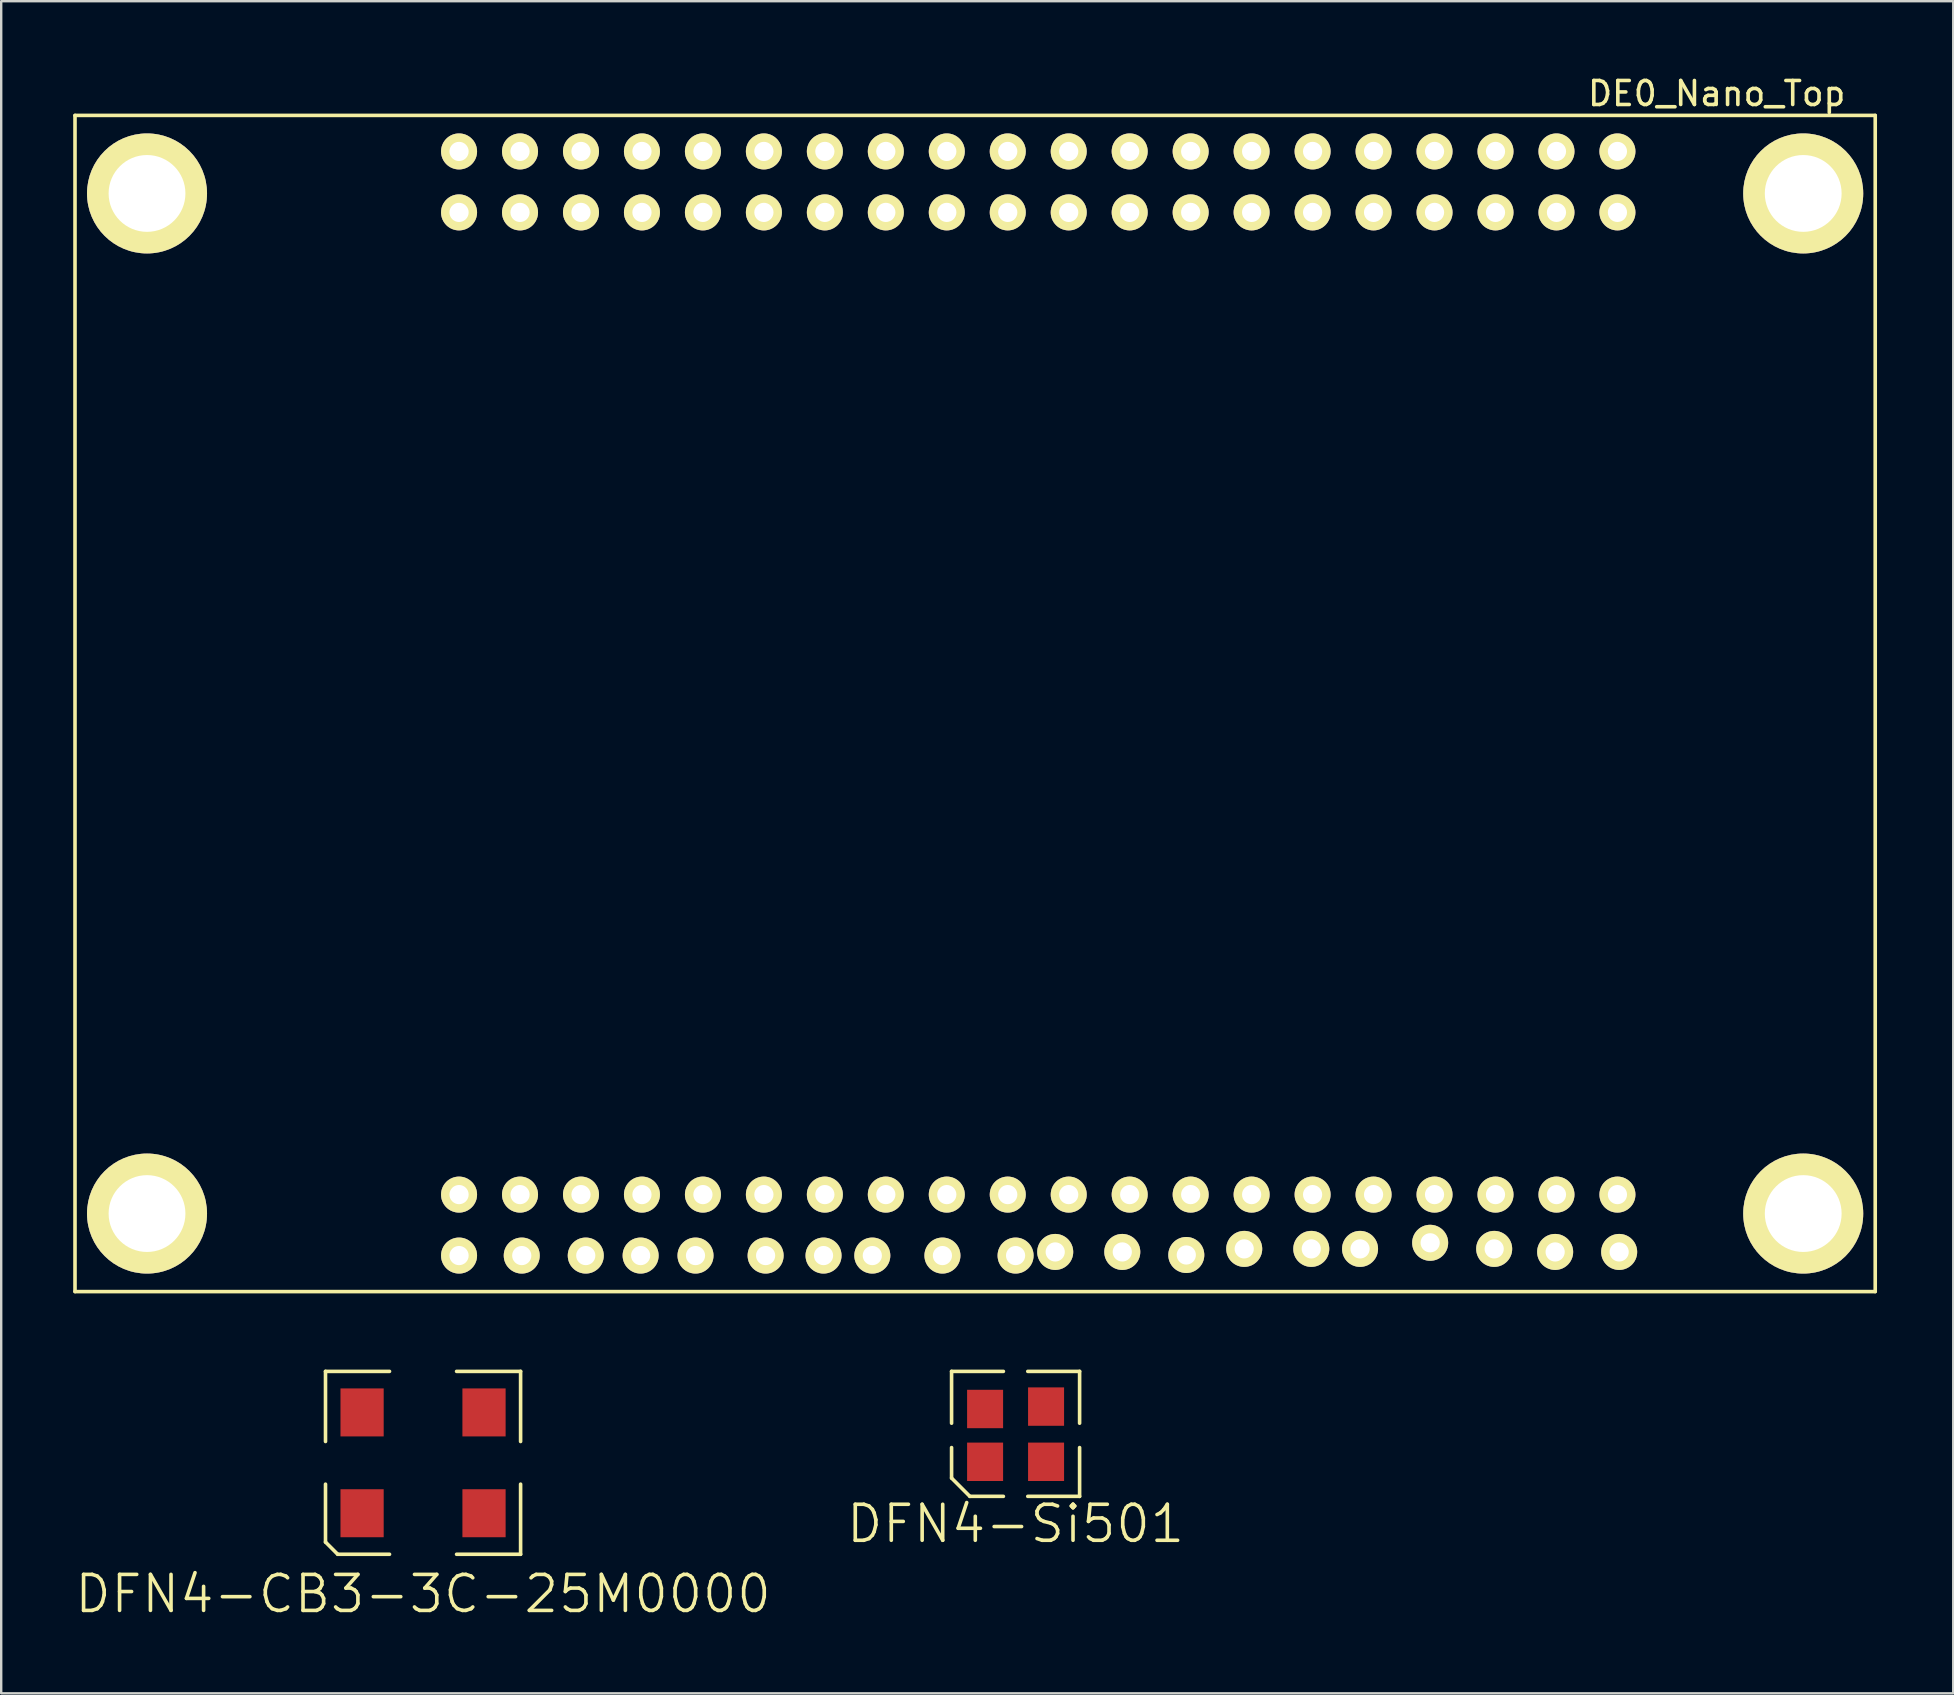
<source format=kicad_pcb>
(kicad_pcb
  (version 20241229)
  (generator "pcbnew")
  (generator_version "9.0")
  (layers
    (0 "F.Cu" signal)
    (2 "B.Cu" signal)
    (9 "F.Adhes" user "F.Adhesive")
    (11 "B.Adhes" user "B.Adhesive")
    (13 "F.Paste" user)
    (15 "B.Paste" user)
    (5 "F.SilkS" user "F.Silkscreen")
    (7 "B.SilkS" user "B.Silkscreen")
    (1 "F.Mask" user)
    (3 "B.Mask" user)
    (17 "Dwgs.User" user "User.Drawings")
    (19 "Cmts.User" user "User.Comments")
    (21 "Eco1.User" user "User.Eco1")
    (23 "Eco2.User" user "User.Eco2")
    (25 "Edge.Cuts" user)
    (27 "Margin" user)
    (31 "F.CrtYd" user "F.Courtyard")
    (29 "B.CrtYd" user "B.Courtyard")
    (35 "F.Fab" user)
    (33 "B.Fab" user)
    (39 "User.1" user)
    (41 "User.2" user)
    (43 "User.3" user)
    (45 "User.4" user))
  (footprint "DE0_Nano_Top"
    (layer "F.Cu")
    (at 75.075 50.759)
    (property "Reference" "DE0_Nano_Top" (at -6.604 -49.911 0) (layer "F.SilkS") (effects (font (size 1 1) (thickness 0.15))))
    (attr through_hole)
    (fp_line (start -75 -49) (end 0 -49) (stroke (width 0.15) (type solid)) (layer "F.SilkS"))
    (fp_line (start -75 0) (end -75 -49) (stroke (width 0.15) (type solid)) (layer "F.SilkS"))
    (fp_line (start 0 -49) (end 0 0) (stroke (width 0.15) (type solid)) (layer "F.SilkS"))
    (fp_line (start 0 0) (end -75 0) (stroke (width 0.15) (type solid)) (layer "F.SilkS"))
    (pad "" thru_hole circle (at -72 -45.75) (size 5 5) (drill 3.2) (layers "*.Cu" "*.Mask" "F.SilkS"))
    (pad "" thru_hole circle (at -72 -3.25) (size 5 5) (drill 3.2) (layers "*.Cu" "*.Mask" "F.SilkS"))
    (pad "" thru_hole circle (at -3 -45.75) (size 5 5) (drill 3.2) (layers "*.Cu" "*.Mask" "F.SilkS"))
    (pad "" thru_hole circle (at -3 -3.25) (size 5 5) (drill 3.2) (layers "*.Cu" "*.Mask" "F.SilkS"))
    (pad "1" thru_hole circle (at -59 -44.96) (size 1.5 1.5) (drill 0.8) (layers "*.Cu" "*.Mask" "F.SilkS"))
    (pad "1" thru_hole circle (at -10.74 -4.04) (size 1.5 1.5) (drill 0.8) (layers "*.Cu" "*.Mask" "F.SilkS"))
    (pad "2" thru_hole circle (at -59 -47.5) (size 1.5 1.5) (drill 0.8) (layers "*.Cu" "*.Mask" "F.SilkS"))
    (pad "2" thru_hole circle (at -10.668 -1.651) (size 1.5 1.5) (drill 0.8) (layers "*.Cu" "*.Mask" "F.SilkS"))
    (pad "3" thru_hole circle (at -56.46 -44.96) (size 1.5 1.5) (drill 0.8) (layers "*.Cu" "*.Mask" "F.SilkS"))
    (pad "3" thru_hole circle (at -13.28 -4.04) (size 1.5 1.5) (drill 0.8) (layers "*.Cu" "*.Mask" "F.SilkS"))
    (pad "4" thru_hole circle (at -56.46 -47.5) (size 1.5 1.5) (drill 0.8) (layers "*.Cu" "*.Mask" "F.SilkS"))
    (pad "4" thru_hole circle (at -13.335 -1.651) (size 1.5 1.5) (drill 0.8) (layers "*.Cu" "*.Mask" "F.SilkS"))
    (pad "5" thru_hole circle (at -53.92 -44.96) (size 1.5 1.5) (drill 0.8) (layers "*.Cu" "*.Mask" "F.SilkS"))
    (pad "5" thru_hole circle (at -15.82 -4.04) (size 1.5 1.5) (drill 0.8) (layers "*.Cu" "*.Mask" "F.SilkS"))
    (pad "6" thru_hole circle (at -53.92 -47.5) (size 1.5 1.5) (drill 0.8) (layers "*.Cu" "*.Mask" "F.SilkS"))
    (pad "6" thru_hole circle (at -15.875 -1.778) (size 1.5 1.5) (drill 0.8) (layers "*.Cu" "*.Mask" "F.SilkS"))
    (pad "7" thru_hole circle (at -51.38 -44.96) (size 1.5 1.5) (drill 0.8) (layers "*.Cu" "*.Mask" "F.SilkS"))
    (pad "7" thru_hole circle (at -18.36 -4.04) (size 1.5 1.5) (drill 0.8) (layers "*.Cu" "*.Mask" "F.SilkS"))
    (pad "8" thru_hole circle (at -51.38 -47.5) (size 1.5 1.5) (drill 0.8) (layers "*.Cu" "*.Mask" "F.SilkS"))
    (pad "8" thru_hole circle (at -18.542 -2.032) (size 1.5 1.5) (drill 0.8) (layers "*.Cu" "*.Mask" "F.SilkS"))
    (pad "9" thru_hole circle (at -48.84 -44.96) (size 1.5 1.5) (drill 0.8) (layers "*.Cu" "*.Mask" "F.SilkS"))
    (pad "9" thru_hole circle (at -20.9 -4.04) (size 1.5 1.5) (drill 0.8) (layers "*.Cu" "*.Mask" "F.SilkS"))
    (pad "10" thru_hole circle (at -48.84 -47.5) (size 1.5 1.5) (drill 0.8) (layers "*.Cu" "*.Mask" "F.SilkS"))
    (pad "10" thru_hole circle (at -21.463 -1.778) (size 1.5 1.5) (drill 0.8) (layers "*.Cu" "*.Mask" "F.SilkS"))
    (pad "11" thru_hole circle (at -46.3 -44.96) (size 1.5 1.5) (drill 0.8) (layers "*.Cu" "*.Mask" "F.SilkS"))
    (pad "11" thru_hole circle (at -23.44 -4.04) (size 1.5 1.5) (drill 0.8) (layers "*.Cu" "*.Mask" "F.SilkS"))
    (pad "12" thru_hole circle (at -46.3 -47.5) (size 1.5 1.5) (drill 0.8) (layers "*.Cu" "*.Mask" "F.SilkS"))
    (pad "12" thru_hole circle (at -23.495 -1.778) (size 1.5 1.5) (drill 0.8) (layers "*.Cu" "*.Mask" "F.SilkS"))
    (pad "13" thru_hole circle (at -43.76 -44.96) (size 1.5 1.5) (drill 0.8) (layers "*.Cu" "*.Mask" "F.SilkS"))
    (pad "13" thru_hole circle (at -25.98 -4.04) (size 1.5 1.5) (drill 0.8) (layers "*.Cu" "*.Mask" "F.SilkS"))
    (pad "14" thru_hole circle (at -43.76 -47.5) (size 1.5 1.5) (drill 0.8) (layers "*.Cu" "*.Mask" "F.SilkS"))
    (pad "14" thru_hole circle (at -26.289 -1.778) (size 1.5 1.5) (drill 0.8) (layers "*.Cu" "*.Mask" "F.SilkS"))
    (pad "15" thru_hole circle (at -41.22 -44.96) (size 1.5 1.5) (drill 0.8) (layers "*.Cu" "*.Mask" "F.SilkS"))
    (pad "15" thru_hole circle (at -28.52 -4.04) (size 1.5 1.5) (drill 0.8) (layers "*.Cu" "*.Mask" "F.SilkS"))
    (pad "16" thru_hole circle (at -41.22 -47.5) (size 1.5 1.5) (drill 0.8) (layers "*.Cu" "*.Mask" "F.SilkS"))
    (pad "16" thru_hole circle (at -28.702 -1.524) (size 1.5 1.5) (drill 0.8) (layers "*.Cu" "*.Mask" "F.SilkS"))
    (pad "17" thru_hole circle (at -38.68 -44.96) (size 1.5 1.5) (drill 0.8) (layers "*.Cu" "*.Mask" "F.SilkS"))
    (pad "17" thru_hole circle (at -31.06 -4.04) (size 1.5 1.5) (drill 0.8) (layers "*.Cu" "*.Mask" "F.SilkS"))
    (pad "18" thru_hole circle (at -38.68 -47.5) (size 1.5 1.5) (drill 0.8) (layers "*.Cu" "*.Mask" "F.SilkS"))
    (pad "18" thru_hole circle (at -31.369 -1.651) (size 1.5 1.5) (drill 0.8) (layers "*.Cu" "*.Mask" "F.SilkS"))
    (pad "19" thru_hole circle (at -36.14 -44.96) (size 1.5 1.5) (drill 0.8) (layers "*.Cu" "*.Mask" "F.SilkS"))
    (pad "19" thru_hole circle (at -33.6 -4.04) (size 1.5 1.5) (drill 0.8) (layers "*.Cu" "*.Mask" "F.SilkS"))
    (pad "20" thru_hole circle (at -36.14 -47.5) (size 1.5 1.5) (drill 0.8) (layers "*.Cu" "*.Mask" "F.SilkS"))
    (pad "20" thru_hole circle (at -34.163 -1.651) (size 1.5 1.5) (drill 0.8) (layers "*.Cu" "*.Mask" "F.SilkS"))
    (pad "21" thru_hole circle (at -36.14 -4.04) (size 1.5 1.5) (drill 0.8) (layers "*.Cu" "*.Mask" "F.SilkS"))
    (pad "21" thru_hole circle (at -33.6 -44.96) (size 1.5 1.5) (drill 0.8) (layers "*.Cu" "*.Mask" "F.SilkS"))
    (pad "22" thru_hole circle (at -35.814 -1.5) (size 1.5 1.5) (drill 0.8) (layers "*.Cu" "*.Mask" "F.SilkS"))
    (pad "22" thru_hole circle (at -33.6 -47.5) (size 1.5 1.5) (drill 0.8) (layers "*.Cu" "*.Mask" "F.SilkS"))
    (pad "23" thru_hole circle (at -38.68 -4.04) (size 1.5 1.5) (drill 0.8) (layers "*.Cu" "*.Mask" "F.SilkS"))
    (pad "23" thru_hole circle (at -31.06 -44.96) (size 1.5 1.5) (drill 0.8) (layers "*.Cu" "*.Mask" "F.SilkS"))
    (pad "24" thru_hole circle (at -38.862 -1.5) (size 1.5 1.5) (drill 0.8) (layers "*.Cu" "*.Mask" "F.SilkS"))
    (pad "24" thru_hole circle (at -31.06 -47.5) (size 1.5 1.5) (drill 0.8) (layers "*.Cu" "*.Mask" "F.SilkS"))
    (pad "25" thru_hole circle (at -41.22 -4.04) (size 1.5 1.5) (drill 0.8) (layers "*.Cu" "*.Mask" "F.SilkS"))
    (pad "25" thru_hole circle (at -28.52 -44.96) (size 1.5 1.5) (drill 0.8) (layers "*.Cu" "*.Mask" "F.SilkS"))
    (pad "26" thru_hole circle (at -41.783 -1.5) (size 1.5 1.5) (drill 0.8) (layers "*.Cu" "*.Mask" "F.SilkS"))
    (pad "26" thru_hole circle (at -28.52 -47.5) (size 1.5 1.5) (drill 0.8) (layers "*.Cu" "*.Mask" "F.SilkS"))
    (pad "27" thru_hole circle (at -43.76 -4.04) (size 1.5 1.5) (drill 0.8) (layers "*.Cu" "*.Mask" "F.SilkS"))
    (pad "27" thru_hole circle (at -25.98 -44.96) (size 1.5 1.5) (drill 0.8) (layers "*.Cu" "*.Mask" "F.SilkS"))
    (pad "28" thru_hole circle (at -43.815 -1.5) (size 1.5 1.5) (drill 0.8) (layers "*.Cu" "*.Mask" "F.SilkS"))
    (pad "28" thru_hole circle (at -25.98 -47.5) (size 1.5 1.5) (drill 0.8) (layers "*.Cu" "*.Mask" "F.SilkS"))
    (pad "29" thru_hole circle (at -46.3 -4.04) (size 1.5 1.5) (drill 0.8) (layers "*.Cu" "*.Mask" "F.SilkS"))
    (pad "29" thru_hole circle (at -23.44 -44.96) (size 1.5 1.5) (drill 0.8) (layers "*.Cu" "*.Mask" "F.SilkS"))
    (pad "30" thru_hole circle (at -46.228 -1.5) (size 1.5 1.5) (drill 0.8) (layers "*.Cu" "*.Mask" "F.SilkS"))
    (pad "30" thru_hole circle (at -23.44 -47.5) (size 1.5 1.5) (drill 0.8) (layers "*.Cu" "*.Mask" "F.SilkS"))
    (pad "31" thru_hole circle (at -48.84 -4.04) (size 1.5 1.5) (drill 0.8) (layers "*.Cu" "*.Mask" "F.SilkS"))
    (pad "31" thru_hole circle (at -20.9 -44.96) (size 1.5 1.5) (drill 0.8) (layers "*.Cu" "*.Mask" "F.SilkS"))
    (pad "32" thru_hole circle (at -49.149 -1.5) (size 1.5 1.5) (drill 0.8) (layers "*.Cu" "*.Mask" "F.SilkS"))
    (pad "32" thru_hole circle (at -20.9 -47.5) (size 1.5 1.5) (drill 0.8) (layers "*.Cu" "*.Mask" "F.SilkS"))
    (pad "33" thru_hole circle (at -51.38 -4.04) (size 1.5 1.5) (drill 0.8) (layers "*.Cu" "*.Mask" "F.SilkS"))
    (pad "33" thru_hole circle (at -18.36 -44.96) (size 1.5 1.5) (drill 0.8) (layers "*.Cu" "*.Mask" "F.SilkS"))
    (pad "34" thru_hole circle (at -51.435 -1.5) (size 1.5 1.5) (drill 0.8) (layers "*.Cu" "*.Mask" "F.SilkS"))
    (pad "34" thru_hole circle (at -18.36 -47.5) (size 1.5 1.5) (drill 0.8) (layers "*.Cu" "*.Mask" "F.SilkS"))
    (pad "35" thru_hole circle (at -53.92 -4.04) (size 1.5 1.5) (drill 0.8) (layers "*.Cu" "*.Mask" "F.SilkS"))
    (pad "35" thru_hole circle (at -15.82 -44.96) (size 1.5 1.5) (drill 0.8) (layers "*.Cu" "*.Mask" "F.SilkS"))
    (pad "36" thru_hole circle (at -53.721 -1.5) (size 1.5 1.5) (drill 0.8) (layers "*.Cu" "*.Mask" "F.SilkS"))
    (pad "36" thru_hole circle (at -15.82 -47.5) (size 1.5 1.5) (drill 0.8) (layers "*.Cu" "*.Mask" "F.SilkS"))
    (pad "37" thru_hole circle (at -56.46 -4.04) (size 1.5 1.5) (drill 0.8) (layers "*.Cu" "*.Mask" "F.SilkS"))
    (pad "37" thru_hole circle (at -13.28 -44.96) (size 1.5 1.5) (drill 0.8) (layers "*.Cu" "*.Mask" "F.SilkS"))
    (pad "38" thru_hole circle (at -56.388 -1.5) (size 1.5 1.5) (drill 0.8) (layers "*.Cu" "*.Mask" "F.SilkS"))
    (pad "38" thru_hole circle (at -13.28 -47.5) (size 1.5 1.5) (drill 0.8) (layers "*.Cu" "*.Mask" "F.SilkS"))
    (pad "39" thru_hole circle (at -59 -4.04) (size 1.5 1.5) (drill 0.8) (layers "*.Cu" "*.Mask" "F.SilkS"))
    (pad "39" thru_hole circle (at -10.74 -44.96) (size 1.5 1.5) (drill 0.8) (layers "*.Cu" "*.Mask" "F.SilkS"))
    (pad "40" thru_hole circle (at -59 -1.5) (size 1.5 1.5) (drill 0.8) (layers "*.Cu" "*.Mask" "F.SilkS"))
    (pad "40" thru_hole circle (at -10.74 -47.5) (size 1.5 1.5) (drill 0.8) (layers "*.Cu" "*.Mask" "F.SilkS")))
  (footprint "DFN4-Si501"
    (layer "F.Cu")
    (at 39.261 56.751)
    (property "Reference" "DFN4-Si501" (at 0 3.683 0) (layer "F.SilkS") (effects (font (size 1.5 1.5) (thickness 0.15))))
    (attr through_hole)
    (fp_line (start -2.667 -2.667) (end -2.667 -0.508) (stroke (width 0.15) (type solid)) (layer "F.SilkS"))
    (fp_line (start -2.667 1.778) (end -2.667 0.508) (stroke (width 0.15) (type solid)) (layer "F.SilkS"))
    (fp_line (start -1.905 2.54) (end -2.667 1.778) (stroke (width 0.15) (type solid)) (layer "F.SilkS"))
    (fp_line (start -1.905 2.54) (end -0.508 2.54) (stroke (width 0.15) (type solid)) (layer "F.SilkS"))
    (fp_line (start -0.508 -2.667) (end -2.667 -2.667) (stroke (width 0.15) (type solid)) (layer "F.SilkS"))
    (fp_line (start 0.508 2.54) (end 2.667 2.54) (stroke (width 0.15) (type solid)) (layer "F.SilkS"))
    (fp_line (start 2.667 -2.667) (end 0.508 -2.667) (stroke (width 0.15) (type solid)) (layer "F.SilkS"))
    (fp_line (start 2.667 -0.508) (end 2.667 -2.667) (stroke (width 0.15) (type solid)) (layer "F.SilkS"))
    (fp_line (start 2.667 2.54) (end 2.667 0.508) (stroke (width 0.15) (type solid)) (layer "F.SilkS"))
    (pad "1" smd rect (at -1.27 1.1) (size 1.5 1.6) (layers "F.Cu" "F.Mask" "F.Paste"))
    (pad "2" smd rect (at 1.27 1.1) (size 1.5 1.6) (layers "F.Cu" "F.Mask" "F.Paste"))
    (pad "3" smd rect (at 1.27 -1.2) (size 1.5 1.6) (layers "F.Cu" "F.Mask" "F.Paste"))
    (pad "4" smd rect (at -1.27 -1.1) (size 1.5 1.6) (layers "F.Cu" "F.Mask" "F.Paste")))
  (footprint "DFN4-CB3-3C-25M0000"
    (layer "F.Cu")
    (at 14.575 57.894)
    (property "Reference" "DFN4-CB3-3C-25M0000" (at 0 5.461 0) (layer "F.SilkS") (effects (font (size 1.5 1.5) (thickness 0.15))))
    (attr through_hole)
    (fp_line (start -4.064 -3.81) (end -1.397 -3.81) (stroke (width 0.15) (type solid)) (layer "F.SilkS"))
    (fp_line (start -4.064 -0.889) (end -4.064 -3.81) (stroke (width 0.15) (type solid)) (layer "F.SilkS"))
    (fp_line (start -4.064 3.302) (end -4.064 0.889) (stroke (width 0.15) (type solid)) (layer "F.SilkS"))
    (fp_line (start -3.556 3.81) (end -4.064 3.302) (stroke (width 0.15) (type solid)) (layer "F.SilkS"))
    (fp_line (start -3.556 3.81) (end -1.397 3.81) (stroke (width 0.15) (type solid)) (layer "F.SilkS"))
    (fp_line (start 1.397 -3.81) (end 4.064 -3.81) (stroke (width 0.15) (type solid)) (layer "F.SilkS"))
    (fp_line (start 4.064 -3.81) (end 4.064 -0.889) (stroke (width 0.15) (type solid)) (layer "F.SilkS"))
    (fp_line (start 4.064 0.889) (end 4.064 3.81) (stroke (width 0.15) (type solid)) (layer "F.SilkS"))
    (fp_line (start 4.064 3.81) (end 1.397 3.81) (stroke (width 0.15) (type solid)) (layer "F.SilkS"))
    (pad "1" smd rect (at -2.54 2.1) (size 1.8 2) (layers "F.Cu" "F.Mask" "F.Paste"))
    (pad "2" smd rect (at -2.54 -2.1) (size 1.8 2) (layers "F.Cu" "F.Mask" "F.Paste"))
    (pad "2" smd rect (at 2.54 2.1) (size 1.8 2) (layers "F.Cu" "F.Mask" "F.Paste"))
    (pad "3" smd rect (at 2.54 -2.1) (size 1.8 2) (layers "F.Cu" "F.Mask" "F.Paste")))
  (gr_rect
    (start -3 -3)
    (end 78.325 67.496)
    (stroke (width 0.1) (type default))
    (fill no)
    (layer "Edge.Cuts")))
</source>
